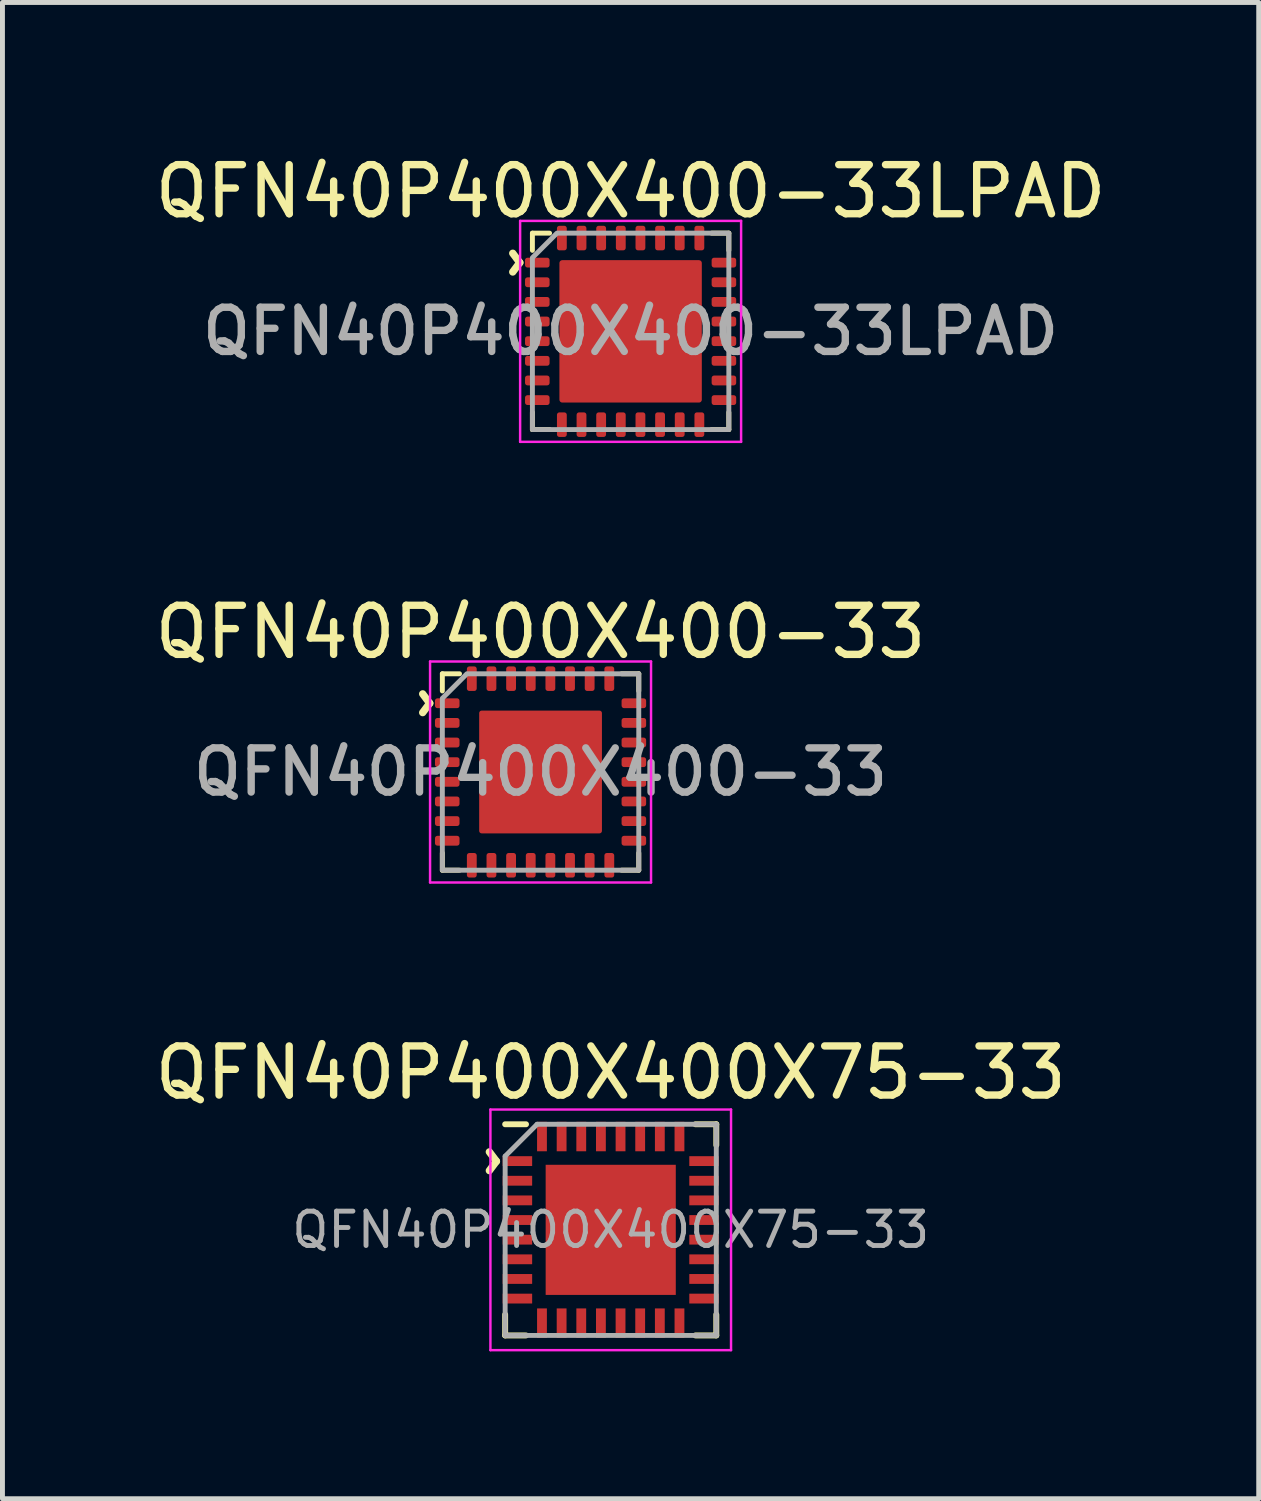
<source format=kicad_pcb>
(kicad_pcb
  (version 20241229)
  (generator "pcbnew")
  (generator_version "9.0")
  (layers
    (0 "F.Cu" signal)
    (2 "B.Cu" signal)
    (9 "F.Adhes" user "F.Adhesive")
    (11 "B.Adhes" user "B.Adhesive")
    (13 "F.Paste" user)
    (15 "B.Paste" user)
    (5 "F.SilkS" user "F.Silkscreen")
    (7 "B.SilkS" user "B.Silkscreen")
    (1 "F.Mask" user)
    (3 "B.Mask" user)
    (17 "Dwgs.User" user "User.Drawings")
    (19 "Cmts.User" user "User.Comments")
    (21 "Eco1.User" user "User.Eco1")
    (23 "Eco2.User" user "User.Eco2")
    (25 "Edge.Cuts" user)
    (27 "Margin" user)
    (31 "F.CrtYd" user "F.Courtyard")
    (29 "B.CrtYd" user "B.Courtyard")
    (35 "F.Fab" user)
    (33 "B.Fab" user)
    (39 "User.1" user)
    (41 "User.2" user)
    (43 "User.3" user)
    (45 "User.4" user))
  (footprint "QFN40P400X400-33"
    (layer "F.Cu")
    (at 7.958 12.671)
    (property "Reference" "QFN40P400X400-33" (at 0 -2.85 0) (layer "F.SilkS") (effects (font (size 1 1) (thickness 0.15))))
    (attr smd)
    (fp_line (start -2 -2) (end -1.65 -2) (stroke (width 0.1) (type solid)) (layer "F.SilkS"))
    (fp_line (start -2 -1.65) (end -2 -2) (stroke (width 0.1) (type solid)) (layer "F.SilkS"))
    (fp_line (start -2 2) (end -2 1.65) (stroke (width 0.1) (type solid)) (layer "F.SilkS"))
    (fp_line (start -1.65 2) (end -2 2) (stroke (width 0.1) (type solid)) (layer "F.SilkS"))
    (fp_line (start 1.65 -2) (end 2 -2) (stroke (width 0.1) (type solid)) (layer "F.SilkS"))
    (fp_line (start 2 -2) (end 2 -1.65) (stroke (width 0.1) (type solid)) (layer "F.SilkS"))
    (fp_line (start 2 1.65) (end 2 2) (stroke (width 0.1) (type solid)) (layer "F.SilkS"))
    (fp_line (start 2 2) (end 1.65 2) (stroke (width 0.1) (type solid)) (layer "F.SilkS"))
    (fp_line (start -2.25 -2.25) (end -2.25 2.25) (stroke (width 0.05) (type solid)) (layer "F.CrtYd"))
    (fp_line (start -2.25 2.25) (end 2.25 2.25) (stroke (width 0.05) (type solid)) (layer "F.CrtYd"))
    (fp_line (start 2.25 -2.25) (end -2.25 -2.25) (stroke (width 0.05) (type solid)) (layer "F.CrtYd"))
    (fp_line (start 2.25 2.25) (end 2.25 -2.25) (stroke (width 0.05) (type solid)) (layer "F.CrtYd"))
    (fp_poly (pts (xy 2 -2) (xy -1.5 -2) (xy -2 -1.5) (xy -2 2) (xy 2 2)) (stroke (width 0.1) (type solid)) (fill no) (layer "F.Fab"))
    (fp_text user "^" (at -2.85 -1.4 270) (unlocked yes) (layer "F.SilkS") (effects (font (size 1 1) (thickness 0.15))))
    (fp_text user "${REFERENCE}" (at 0 0 0) (layer "F.Fab") (effects (font (size 0.9 0.9) (thickness 0.15))))
    (pad "" smd roundrect (at -0.725 -0.725) (size 1 1) (layers "F.Paste") (roundrect_rratio 0.05))
    (pad "" smd roundrect (at -0.725 0.725) (size 1 1) (layers "F.Paste") (roundrect_rratio 0.05))
    (pad "" smd roundrect (at 0.725 -0.725) (size 1 1) (layers "F.Paste") (roundrect_rratio 0.05))
    (pad "" smd roundrect (at 0.725 0.725) (size 1 1) (layers "F.Paste") (roundrect_rratio 0.05))
    (pad "1" smd roundrect (at -1.9 -1.4) (size 0.5 0.2) (layers "F.Cu" "F.Mask" "F.Paste") (roundrect_rratio 0.25))
    (pad "2" smd roundrect (at -1.9 -1) (size 0.5 0.2) (layers "F.Cu" "F.Mask" "F.Paste") (roundrect_rratio 0.25))
    (pad "3" smd roundrect (at -1.9 -0.6) (size 0.5 0.2) (layers "F.Cu" "F.Mask" "F.Paste") (roundrect_rratio 0.25))
    (pad "4" smd roundrect (at -1.9 -0.2) (size 0.5 0.2) (layers "F.Cu" "F.Mask" "F.Paste") (roundrect_rratio 0.25))
    (pad "5" smd roundrect (at -1.9 0.2) (size 0.5 0.2) (layers "F.Cu" "F.Mask" "F.Paste") (roundrect_rratio 0.25))
    (pad "6" smd roundrect (at -1.9 0.6) (size 0.5 0.2) (layers "F.Cu" "F.Mask" "F.Paste") (roundrect_rratio 0.25))
    (pad "7" smd roundrect (at -1.9 1) (size 0.5 0.2) (layers "F.Cu" "F.Mask" "F.Paste") (roundrect_rratio 0.25))
    (pad "8" smd roundrect (at -1.9 1.4) (size 0.5 0.2) (layers "F.Cu" "F.Mask" "F.Paste") (roundrect_rratio 0.25))
    (pad "9" smd roundrect (at -1.4 1.9) (size 0.2 0.5) (layers "F.Cu" "F.Mask" "F.Paste") (roundrect_rratio 0.25))
    (pad "10" smd roundrect (at -1 1.9) (size 0.2 0.5) (layers "F.Cu" "F.Mask" "F.Paste") (roundrect_rratio 0.25))
    (pad "11" smd roundrect (at -0.6 1.9) (size 0.2 0.5) (layers "F.Cu" "F.Mask" "F.Paste") (roundrect_rratio 0.25))
    (pad "12" smd roundrect (at -0.2 1.9) (size 0.2 0.5) (layers "F.Cu" "F.Mask" "F.Paste") (roundrect_rratio 0.25))
    (pad "13" smd roundrect (at 0.2 1.9) (size 0.2 0.5) (layers "F.Cu" "F.Mask" "F.Paste") (roundrect_rratio 0.25))
    (pad "14" smd roundrect (at 0.6 1.9) (size 0.2 0.5) (layers "F.Cu" "F.Mask" "F.Paste") (roundrect_rratio 0.25))
    (pad "15" smd roundrect (at 1 1.9) (size 0.2 0.5) (layers "F.Cu" "F.Mask" "F.Paste") (roundrect_rratio 0.25))
    (pad "16" smd roundrect (at 1.4 1.9) (size 0.2 0.5) (layers "F.Cu" "F.Mask" "F.Paste") (roundrect_rratio 0.25))
    (pad "17" smd roundrect (at 1.9 1.4) (size 0.5 0.2) (layers "F.Cu" "F.Mask" "F.Paste") (roundrect_rratio 0.25))
    (pad "18" smd roundrect (at 1.9 1) (size 0.5 0.2) (layers "F.Cu" "F.Mask" "F.Paste") (roundrect_rratio 0.25))
    (pad "19" smd roundrect (at 1.9 0.6) (size 0.5 0.2) (layers "F.Cu" "F.Mask" "F.Paste") (roundrect_rratio 0.25))
    (pad "20" smd roundrect (at 1.9 0.2) (size 0.5 0.2) (layers "F.Cu" "F.Mask" "F.Paste") (roundrect_rratio 0.25))
    (pad "21" smd roundrect (at 1.9 -0.2) (size 0.5 0.2) (layers "F.Cu" "F.Mask" "F.Paste") (roundrect_rratio 0.25))
    (pad "22" smd roundrect (at 1.9 -0.6) (size 0.5 0.2) (layers "F.Cu" "F.Mask" "F.Paste") (roundrect_rratio 0.25))
    (pad "23" smd roundrect (at 1.9 -1) (size 0.5 0.2) (layers "F.Cu" "F.Mask" "F.Paste") (roundrect_rratio 0.25))
    (pad "24" smd roundrect (at 1.9 -1.4) (size 0.5 0.2) (layers "F.Cu" "F.Mask" "F.Paste") (roundrect_rratio 0.25))
    (pad "25" smd roundrect (at 1.4 -1.9) (size 0.2 0.5) (layers "F.Cu" "F.Mask" "F.Paste") (roundrect_rratio 0.25))
    (pad "26" smd roundrect (at 1 -1.9) (size 0.2 0.5) (layers "F.Cu" "F.Mask" "F.Paste") (roundrect_rratio 0.25))
    (pad "27" smd roundrect (at 0.6 -1.9) (size 0.2 0.5) (layers "F.Cu" "F.Mask" "F.Paste") (roundrect_rratio 0.25))
    (pad "28" smd roundrect (at 0.2 -1.9) (size 0.2 0.5) (layers "F.Cu" "F.Mask" "F.Paste") (roundrect_rratio 0.25))
    (pad "29" smd roundrect (at -0.2 -1.9) (size 0.2 0.5) (layers "F.Cu" "F.Mask" "F.Paste") (roundrect_rratio 0.25))
    (pad "30" smd roundrect (at -0.6 -1.9) (size 0.2 0.5) (layers "F.Cu" "F.Mask" "F.Paste") (roundrect_rratio 0.25))
    (pad "31" smd roundrect (at -1 -1.9) (size 0.2 0.5) (layers "F.Cu" "F.Mask" "F.Paste") (roundrect_rratio 0.25))
    (pad "32" smd roundrect (at -1.4 -1.9) (size 0.2 0.5) (layers "F.Cu" "F.Mask" "F.Paste") (roundrect_rratio 0.25))
    (pad "33" smd roundrect (at 0 0) (size 2.5 2.5) (layers "F.Cu" "F.Mask") (roundrect_rratio 0.02)))
  (footprint "QFN40P400X400-33LPAD"
    (layer "F.Cu")
    (at 9.792 3.698)
    (property "Reference" "QFN40P400X400-33LPAD" (at 0 -2.85 0) (layer "F.SilkS") (effects (font (size 1 1) (thickness 0.15))))
    (attr smd)
    (fp_line (start -2 -2) (end -1.65 -2) (stroke (width 0.1) (type solid)) (layer "F.SilkS"))
    (fp_line (start -2 -1.65) (end -2 -2) (stroke (width 0.1) (type solid)) (layer "F.SilkS"))
    (fp_line (start -2 2) (end -2 1.65) (stroke (width 0.1) (type solid)) (layer "F.SilkS"))
    (fp_line (start -1.65 2) (end -2 2) (stroke (width 0.1) (type solid)) (layer "F.SilkS"))
    (fp_line (start 1.65 -2) (end 2 -2) (stroke (width 0.1) (type solid)) (layer "F.SilkS"))
    (fp_line (start 2 -2) (end 2 -1.65) (stroke (width 0.1) (type solid)) (layer "F.SilkS"))
    (fp_line (start 2 1.65) (end 2 2) (stroke (width 0.1) (type solid)) (layer "F.SilkS"))
    (fp_line (start 2 2) (end 1.65 2) (stroke (width 0.1) (type solid)) (layer "F.SilkS"))
    (fp_line (start -2.25 -2.25) (end -2.25 2.25) (stroke (width 0.05) (type solid)) (layer "F.CrtYd"))
    (fp_line (start -2.25 2.25) (end 2.25 2.25) (stroke (width 0.05) (type solid)) (layer "F.CrtYd"))
    (fp_line (start 2.25 -2.25) (end -2.25 -2.25) (stroke (width 0.05) (type solid)) (layer "F.CrtYd"))
    (fp_line (start 2.25 2.25) (end 2.25 -2.25) (stroke (width 0.05) (type solid)) (layer "F.CrtYd"))
    (fp_poly (pts (xy 2 2) (xy 2 -2) (xy -1.5 -2) (xy -2 -1.5) (xy -2 2)) (stroke (width 0.1) (type solid)) (fill no) (layer "F.Fab"))
    (fp_text user "^" (at -2.85 -1.4 270) (unlocked yes) (layer "F.SilkS") (effects (font (size 1 1) (thickness 0.15))))
    (fp_text user "${REFERENCE}" (at 0 0 0) (layer "F.Fab") (effects (font (size 0.9 0.9) (thickness 0.15))))
    (pad "" smd roundrect (at -0.725 -0.725) (size 1 1) (layers "F.Paste") (roundrect_rratio 0.05))
    (pad "" smd roundrect (at -0.725 0.725) (size 1 1) (layers "F.Paste") (roundrect_rratio 0.05))
    (pad "" smd roundrect (at 0.725 -0.725) (size 1 1) (layers "F.Paste") (roundrect_rratio 0.05))
    (pad "" smd roundrect (at 0.725 0.725) (size 1 1) (layers "F.Paste") (roundrect_rratio 0.05))
    (pad "1" smd roundrect (at -1.9 -1.4) (size 0.5 0.2) (layers "F.Cu" "F.Mask" "F.Paste") (roundrect_rratio 0.25))
    (pad "2" smd roundrect (at -1.9 -1) (size 0.5 0.2) (layers "F.Cu" "F.Mask" "F.Paste") (roundrect_rratio 0.25))
    (pad "3" smd roundrect (at -1.9 -0.6) (size 0.5 0.2) (layers "F.Cu" "F.Mask" "F.Paste") (roundrect_rratio 0.25))
    (pad "4" smd roundrect (at -1.9 -0.2) (size 0.5 0.2) (layers "F.Cu" "F.Mask" "F.Paste") (roundrect_rratio 0.25))
    (pad "5" smd roundrect (at -1.9 0.2) (size 0.5 0.2) (layers "F.Cu" "F.Mask" "F.Paste") (roundrect_rratio 0.25))
    (pad "6" smd roundrect (at -1.9 0.6) (size 0.5 0.2) (layers "F.Cu" "F.Mask" "F.Paste") (roundrect_rratio 0.25))
    (pad "7" smd roundrect (at -1.9 1) (size 0.5 0.2) (layers "F.Cu" "F.Mask" "F.Paste") (roundrect_rratio 0.25))
    (pad "8" smd roundrect (at -1.9 1.4) (size 0.5 0.2) (layers "F.Cu" "F.Mask" "F.Paste") (roundrect_rratio 0.25))
    (pad "9" smd roundrect (at -1.4 1.9) (size 0.2 0.5) (layers "F.Cu" "F.Mask" "F.Paste") (roundrect_rratio 0.25))
    (pad "10" smd roundrect (at -1 1.9) (size 0.2 0.5) (layers "F.Cu" "F.Mask" "F.Paste") (roundrect_rratio 0.25))
    (pad "11" smd roundrect (at -0.6 1.9) (size 0.2 0.5) (layers "F.Cu" "F.Mask" "F.Paste") (roundrect_rratio 0.25))
    (pad "12" smd roundrect (at -0.2 1.9) (size 0.2 0.5) (layers "F.Cu" "F.Mask" "F.Paste") (roundrect_rratio 0.25))
    (pad "13" smd roundrect (at 0.2 1.9) (size 0.2 0.5) (layers "F.Cu" "F.Mask" "F.Paste") (roundrect_rratio 0.25))
    (pad "14" smd roundrect (at 0.6 1.9) (size 0.2 0.5) (layers "F.Cu" "F.Mask" "F.Paste") (roundrect_rratio 0.25))
    (pad "15" smd roundrect (at 1 1.9) (size 0.2 0.5) (layers "F.Cu" "F.Mask" "F.Paste") (roundrect_rratio 0.25))
    (pad "16" smd roundrect (at 1.4 1.9) (size 0.2 0.5) (layers "F.Cu" "F.Mask" "F.Paste") (roundrect_rratio 0.25))
    (pad "17" smd roundrect (at 1.9 1.4) (size 0.5 0.2) (layers "F.Cu" "F.Mask" "F.Paste") (roundrect_rratio 0.25))
    (pad "18" smd roundrect (at 1.9 1) (size 0.5 0.2) (layers "F.Cu" "F.Mask" "F.Paste") (roundrect_rratio 0.25))
    (pad "19" smd roundrect (at 1.9 0.6) (size 0.5 0.2) (layers "F.Cu" "F.Mask" "F.Paste") (roundrect_rratio 0.25))
    (pad "20" smd roundrect (at 1.9 0.2) (size 0.5 0.2) (layers "F.Cu" "F.Mask" "F.Paste") (roundrect_rratio 0.25))
    (pad "21" smd roundrect (at 1.9 -0.2) (size 0.5 0.2) (layers "F.Cu" "F.Mask" "F.Paste") (roundrect_rratio 0.25))
    (pad "22" smd roundrect (at 1.9 -0.6) (size 0.5 0.2) (layers "F.Cu" "F.Mask" "F.Paste") (roundrect_rratio 0.25))
    (pad "23" smd roundrect (at 1.9 -1) (size 0.5 0.2) (layers "F.Cu" "F.Mask" "F.Paste") (roundrect_rratio 0.25))
    (pad "24" smd roundrect (at 1.9 -1.4) (size 0.5 0.2) (layers "F.Cu" "F.Mask" "F.Paste") (roundrect_rratio 0.25))
    (pad "25" smd roundrect (at 1.4 -1.9) (size 0.2 0.5) (layers "F.Cu" "F.Mask" "F.Paste") (roundrect_rratio 0.25))
    (pad "26" smd roundrect (at 1 -1.9) (size 0.2 0.5) (layers "F.Cu" "F.Mask" "F.Paste") (roundrect_rratio 0.25))
    (pad "27" smd roundrect (at 0.6 -1.9) (size 0.2 0.5) (layers "F.Cu" "F.Mask" "F.Paste") (roundrect_rratio 0.25))
    (pad "28" smd roundrect (at 0.2 -1.9) (size 0.2 0.5) (layers "F.Cu" "F.Mask" "F.Paste") (roundrect_rratio 0.25))
    (pad "29" smd roundrect (at -0.2 -1.9) (size 0.2 0.5) (layers "F.Cu" "F.Mask" "F.Paste") (roundrect_rratio 0.25))
    (pad "30" smd roundrect (at -0.6 -1.9) (size 0.2 0.5) (layers "F.Cu" "F.Mask" "F.Paste") (roundrect_rratio 0.25))
    (pad "31" smd roundrect (at -1 -1.9) (size 0.2 0.5) (layers "F.Cu" "F.Mask" "F.Paste") (roundrect_rratio 0.25))
    (pad "32" smd roundrect (at -1.4 -1.9) (size 0.2 0.5) (layers "F.Cu" "F.Mask" "F.Paste") (roundrect_rratio 0.25))
    (pad "33" smd roundrect (at 0 0) (size 2.9 2.9) (layers "F.Cu" "F.Mask") (roundrect_rratio 0.02)))
  (footprint "QFN40P400X400X75-33"
    (layer "F.Cu")
    (at 9.387 21.995)
    (property "Reference" "QFN40P400X400X75-33" (at 0 -3.2 0) (layer "F.SilkS") (effects (font (size 1 1) (thickness 0.15))))
    (attr smd)
    (fp_line (start -2.15 -2.15) (end -1.725 -2.15) (stroke (width 0.12) (type solid)) (layer "F.SilkS"))
    (fp_line (start -2.15 2.15) (end -2.15 1.725) (stroke (width 0.12) (type solid)) (layer "F.SilkS"))
    (fp_line (start -2.15 2.15) (end -1.725 2.15) (stroke (width 0.12) (type solid)) (layer "F.SilkS"))
    (fp_line (start 2.15 -2.15) (end 1.725 -2.15) (stroke (width 0.12) (type solid)) (layer "F.SilkS"))
    (fp_line (start 2.15 -2.15) (end 2.15 -1.725) (stroke (width 0.12) (type solid)) (layer "F.SilkS"))
    (fp_line (start 2.15 2.15) (end 1.725 2.15) (stroke (width 0.12) (type solid)) (layer "F.SilkS"))
    (fp_line (start 2.15 2.15) (end 2.15 1.725) (stroke (width 0.12) (type solid)) (layer "F.SilkS"))
    (fp_line (start -2.45 -2.45) (end -2.45 2.45) (stroke (width 0.05) (type solid)) (layer "F.CrtYd"))
    (fp_line (start -2.45 -2.45) (end 2.45 -2.45) (stroke (width 0.05) (type solid)) (layer "F.CrtYd"))
    (fp_line (start -2.45 2.45) (end 2.45 2.45) (stroke (width 0.05) (type solid)) (layer "F.CrtYd"))
    (fp_line (start 2.45 -2.45) (end 2.45 2.45) (stroke (width 0.05) (type solid)) (layer "F.CrtYd"))
    (fp_line (start -2.15 2.15) (end -2.15 -1.5) (stroke (width 0.1) (type solid)) (layer "F.Fab"))
    (fp_line (start -2.15 2.15) (end 2.15 2.15) (stroke (width 0.1) (type solid)) (layer "F.Fab"))
    (fp_line (start -1.5 -2.15) (end -2.15 -1.5) (stroke (width 0.1) (type solid)) (layer "F.Fab"))
    (fp_line (start 2.15 -2.15) (end -1.5 -2.15) (stroke (width 0.1) (type solid)) (layer "F.Fab"))
    (fp_line (start 2.15 2.15) (end 2.15 -2.15) (stroke (width 0.1) (type solid)) (layer "F.Fab"))
    (fp_text user "^" (at -2.921 -1.397 270) (unlocked yes) (layer "F.SilkS") (effects (font (size 1 1) (thickness 0.15))))
    (fp_text user "${REFERENCE}" (at 0 0 0) (layer "F.Fab") (effects (font (size 0.7 0.7) (thickness 0.1))))
    (pad "" smd rect (at -0.662 -0.662) (size 1.07 1.07) (layers "F.Paste"))
    (pad "" smd rect (at -0.662 0.662) (size 1.07 1.07) (layers "F.Paste"))
    (pad "" smd rect (at 0.662 -0.662) (size 1.07 1.07) (layers "F.Paste"))
    (pad "" smd rect (at 0.662 0.662) (size 1.07 1.07) (layers "F.Paste"))
    (pad "1" smd rect (at -1.9 -1.4) (size 0.6 0.2) (layers "F.Cu" "F.Mask" "F.Paste"))
    (pad "2" smd rect (at -1.9 -1) (size 0.6 0.2) (layers "F.Cu" "F.Mask" "F.Paste"))
    (pad "3" smd rect (at -1.9 -0.6) (size 0.6 0.2) (layers "F.Cu" "F.Mask" "F.Paste"))
    (pad "4" smd rect (at -1.9 -0.2) (size 0.6 0.2) (layers "F.Cu" "F.Mask" "F.Paste"))
    (pad "5" smd rect (at -1.9 0.2) (size 0.6 0.2) (layers "F.Cu" "F.Mask" "F.Paste"))
    (pad "6" smd rect (at -1.9 0.6) (size 0.6 0.2) (layers "F.Cu" "F.Mask" "F.Paste"))
    (pad "7" smd rect (at -1.9 1) (size 0.6 0.2) (layers "F.Cu" "F.Mask" "F.Paste"))
    (pad "8" smd rect (at -1.9 1.4) (size 0.6 0.2) (layers "F.Cu" "F.Mask" "F.Paste"))
    (pad "9" smd rect (at -1.4 1.9 90) (size 0.6 0.2) (layers "F.Cu" "F.Mask" "F.Paste"))
    (pad "10" smd rect (at -1 1.9 90) (size 0.6 0.2) (layers "F.Cu" "F.Mask" "F.Paste"))
    (pad "11" smd rect (at -0.6 1.9 90) (size 0.6 0.2) (layers "F.Cu" "F.Mask" "F.Paste"))
    (pad "12" smd rect (at -0.2 1.9 90) (size 0.6 0.2) (layers "F.Cu" "F.Mask" "F.Paste"))
    (pad "13" smd rect (at 0.2 1.9 90) (size 0.6 0.2) (layers "F.Cu" "F.Mask" "F.Paste"))
    (pad "14" smd rect (at 0.6 1.9 90) (size 0.6 0.2) (layers "F.Cu" "F.Mask" "F.Paste"))
    (pad "15" smd rect (at 1 1.9 90) (size 0.6 0.2) (layers "F.Cu" "F.Mask" "F.Paste"))
    (pad "16" smd rect (at 1.4 1.9 90) (size 0.6 0.2) (layers "F.Cu" "F.Mask" "F.Paste"))
    (pad "17" smd rect (at 1.9 1.4) (size 0.6 0.2) (layers "F.Cu" "F.Mask" "F.Paste"))
    (pad "18" smd rect (at 1.9 1) (size 0.6 0.2) (layers "F.Cu" "F.Mask" "F.Paste"))
    (pad "19" smd rect (at 1.9 0.6) (size 0.6 0.2) (layers "F.Cu" "F.Mask" "F.Paste"))
    (pad "20" smd rect (at 1.9 0.2) (size 0.6 0.2) (layers "F.Cu" "F.Mask" "F.Paste"))
    (pad "21" smd rect (at 1.9 -0.2) (size 0.6 0.2) (layers "F.Cu" "F.Mask" "F.Paste"))
    (pad "22" smd rect (at 1.9 -0.6) (size 0.6 0.2) (layers "F.Cu" "F.Mask" "F.Paste"))
    (pad "23" smd rect (at 1.9 -1) (size 0.6 0.2) (layers "F.Cu" "F.Mask" "F.Paste"))
    (pad "24" smd rect (at 1.9 -1.4) (size 0.6 0.2) (layers "F.Cu" "F.Mask" "F.Paste"))
    (pad "25" smd rect (at 1.4 -1.9 90) (size 0.6 0.2) (layers "F.Cu" "F.Mask" "F.Paste"))
    (pad "26" smd rect (at 1 -1.9 90) (size 0.6 0.2) (layers "F.Cu" "F.Mask" "F.Paste"))
    (pad "27" smd rect (at 0.6 -1.9 90) (size 0.6 0.2) (layers "F.Cu" "F.Mask" "F.Paste"))
    (pad "28" smd rect (at 0.2 -1.9 90) (size 0.6 0.2) (layers "F.Cu" "F.Mask" "F.Paste"))
    (pad "29" smd rect (at -0.2 -1.9 90) (size 0.6 0.2) (layers "F.Cu" "F.Mask" "F.Paste"))
    (pad "30" smd rect (at -0.6 -1.9 90) (size 0.6 0.2) (layers "F.Cu" "F.Mask" "F.Paste"))
    (pad "31" smd rect (at -1 -1.9 90) (size 0.6 0.2) (layers "F.Cu" "F.Mask" "F.Paste"))
    (pad "32" smd rect (at -1.4 -1.9 90) (size 0.6 0.2) (layers "F.Cu" "F.Mask" "F.Paste"))
    (pad "33" smd rect (at 0 0) (size 2.65 2.65) (layers "F.Cu" "F.Mask")))
  (gr_rect
    (start -3 -3)
    (end 22.583 27.47)
    (stroke (width 0.1) (type default))
    (fill no)
    (layer "Edge.Cuts")))
</source>
